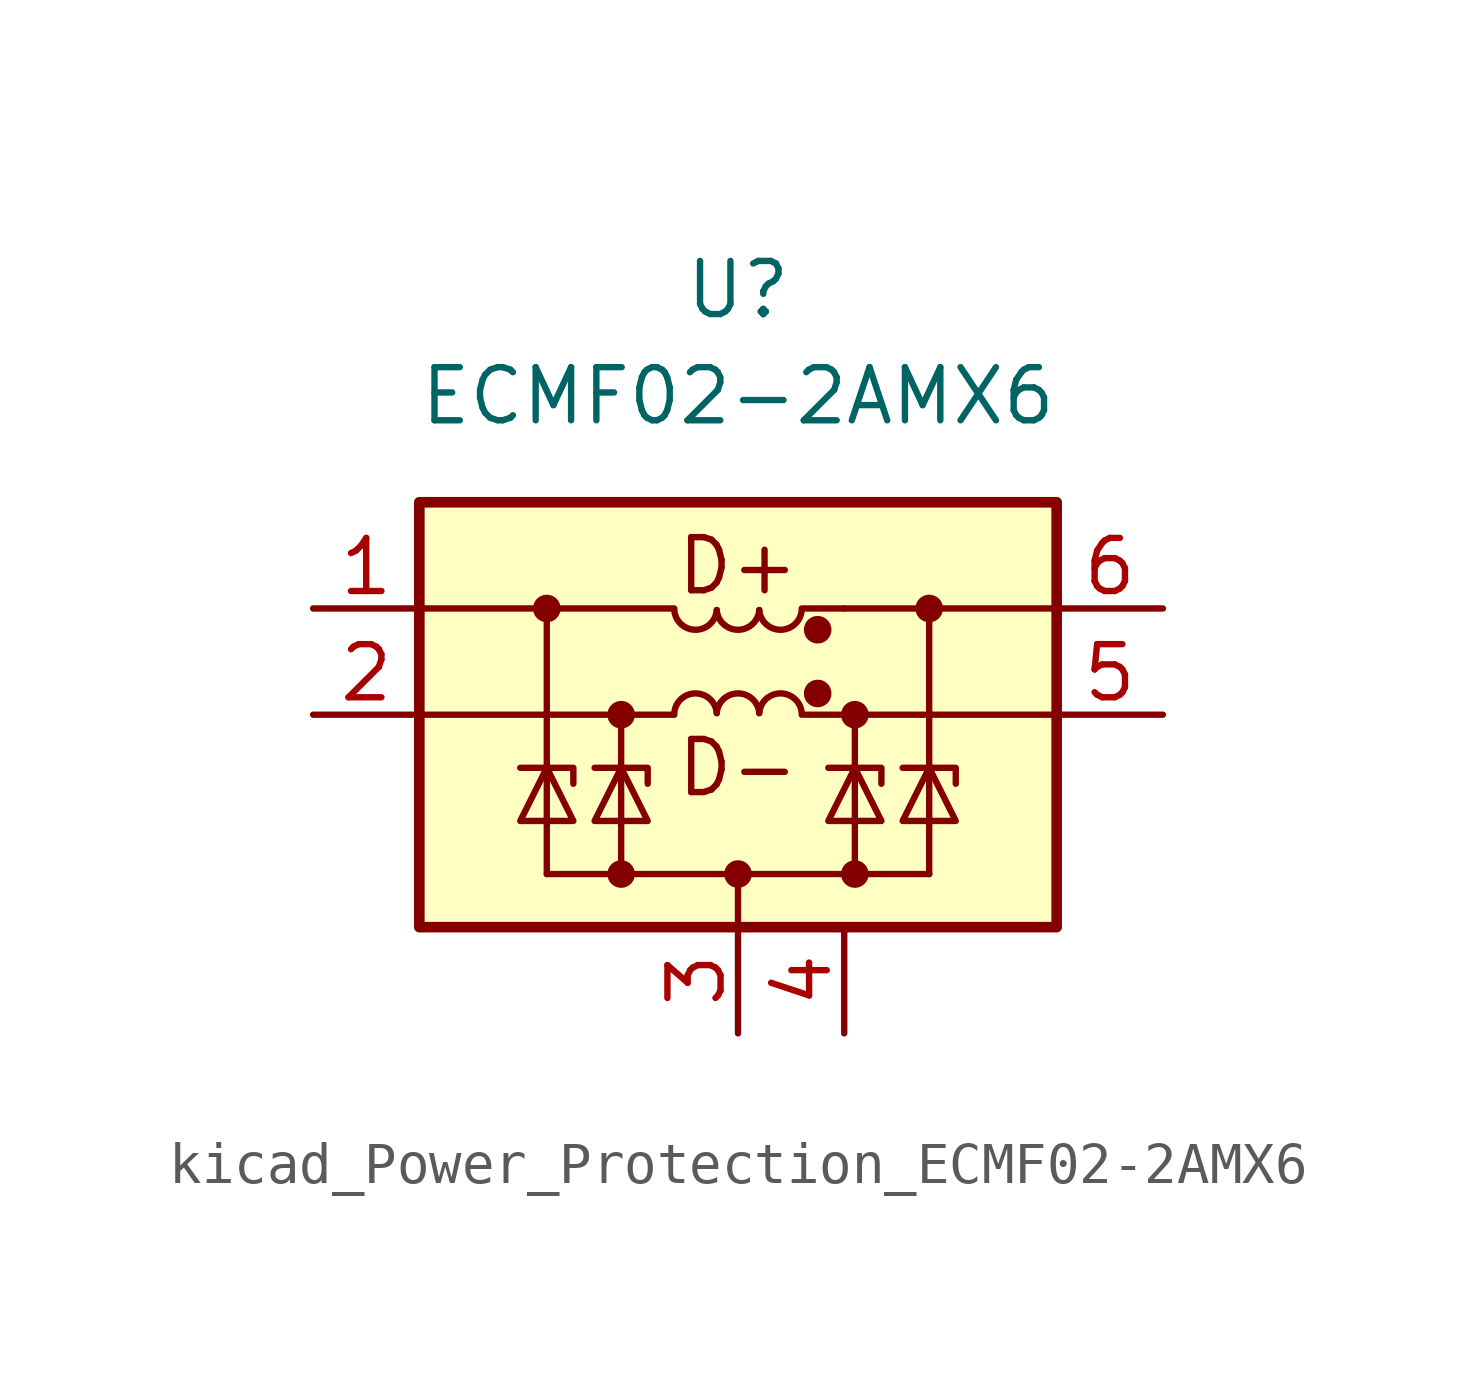
<source format=kicad_sym>
(kicad_symbol_lib
  (version 20220914)
  (generator kicad_symbol_editor)
  (symbol "kicad_Power_Protection_ECMF02-2AMX6"
    (pin_names
      (offset 0.025) hide)
    (property "Reference" "U"
      (at 0 10.16 0)
      (effects (font (size 1.27 1.27))))
    (property "Value" "ECMF02-2AMX6"
      (at 0 7.62 0)
      (effects (font (size 1.27 1.27))))
    (symbol "kicad_Power_Protection_ECMF02-2AMX6_0_1"
      (rectangle (start -7.62 5.08) (end 7.62 -5.08) (stroke (width 0.254) (type default)) (fill (type background)))
      (arc (start -1.524 2.5023) (mid -1.016 2.0306) (end -0.508 2.5023) (stroke (width 0) (type default)) (fill (type none)))
      (arc (start -0.508 0.0377) (mid -1.016 0.5094) (end -1.524 0.0377) (stroke (width 0) (type default)) (fill (type none)))
      (arc (start -0.508 2.5023) (mid 0 2.0306) (end 0.508 2.5023) (stroke (width 0) (type default)) (fill (type none)))
      (polyline (pts (xy -7.62 0) (xy -1.524 0)) (stroke (width 0) (type default)) (fill (type none)))
      (polyline (pts (xy -7.62 2.54) (xy -1.524 2.54)) (stroke (width 0) (type default)) (fill (type none)))
      (polyline (pts (xy -4.572 -3.81) (xy 4.572 -3.81)) (stroke (width 0) (type default)) (fill (type none)))
      (polyline (pts (xy -4.572 2.54) (xy -4.572 -3.81)) (stroke (width 0) (type default)) (fill (type none)))
      (polyline (pts (xy -2.794 0) (xy -2.794 -3.81)) (stroke (width 0) (type default)) (fill (type none)))
      (polyline (pts (xy 0 -5.08) (xy 0 -3.81)) (stroke (width 0) (type default)) (fill (type none)))
      (polyline (pts (xy 2.54 0) (xy 1.524 0)) (stroke (width 0) (type default)) (fill (type none)))
      (polyline (pts (xy 2.54 0) (xy 7.62 0)) (stroke (width 0) (type default)) (fill (type none)))
      (polyline (pts (xy 2.54 2.54) (xy 1.524 2.54)) (stroke (width 0) (type default)) (fill (type none)))
      (polyline (pts (xy 2.54 2.54) (xy 7.62 2.54)) (stroke (width 0) (type default)) (fill (type none)))
      (polyline (pts (xy 2.794 0) (xy 2.794 -3.81)) (stroke (width 0) (type default)) (fill (type none)))
      (polyline (pts (xy 4.572 2.54) (xy 4.572 -3.81)) (stroke (width 0) (type default)) (fill (type none)))
      (arc (start 0.508 0.0377) (mid 0 0.5094) (end -0.508 0.0377) (stroke (width 0) (type default)) (fill (type none)))
      (arc (start 0.508 2.5023) (mid 1.016 2.0306) (end 1.524 2.5023) (stroke (width 0) (type default)) (fill (type none)))
      (arc (start 1.524 0.0377) (mid 1.016 0.5094) (end 0.508 0.0377) (stroke (width 0) (type default)) (fill (type none)))
      (text "D+" (at 0 3.556 0) (effects (font (size 1.27 1.27))))
      (text "D-" (at 0 -1.27 0) (effects (font (size 1.27 1.27)))))
    (symbol "kicad_Power_Protection_ECMF02-2AMX6_1_1"
      (circle (center -4.572 2.54) (radius 0.254) (stroke (width 0) (type default)) (fill (type outline)))
      (circle (center -2.794 -3.81) (radius 0.254) (stroke (width 0) (type default)) (fill (type outline)))
      (circle (center -2.794 0) (radius 0.254) (stroke (width 0) (type default)) (fill (type outline)))
      (circle (center 0 -3.81) (radius 0.254) (stroke (width 0) (type default)) (fill (type outline)))
      (polyline (pts (xy -3.937 -1.651) (xy -3.937 -1.27) (xy -5.207 -1.27)) (stroke (width 0) (type default)) (fill (type none)))
      (polyline (pts (xy -2.159 -1.651) (xy -2.159 -1.27) (xy -3.429 -1.27)) (stroke (width 0) (type default)) (fill (type none)))
      (polyline (pts (xy 3.429 -1.651) (xy 3.429 -1.27) (xy 2.159 -1.27)) (stroke (width 0) (type default)) (fill (type none)))
      (polyline (pts (xy 5.207 -1.651) (xy 5.207 -1.27) (xy 3.937 -1.27)) (stroke (width 0) (type default)) (fill (type none)))
      (polyline (pts (xy -5.207 -2.54) (xy -3.937 -2.54) (xy -4.572 -1.27) (xy -5.207 -2.54)) (stroke (width 0) (type default)) (fill (type none)))
      (polyline (pts (xy -3.429 -2.54) (xy -2.159 -2.54) (xy -2.794 -1.27) (xy -3.429 -2.54)) (stroke (width 0) (type default)) (fill (type none)))
      (polyline (pts (xy 3.429 -2.54) (xy 2.159 -2.54) (xy 2.794 -1.27) (xy 3.429 -2.54)) (stroke (width 0) (type default)) (fill (type none)))
      (polyline (pts (xy 5.207 -2.54) (xy 3.937 -2.54) (xy 4.572 -1.27) (xy 5.207 -2.54)) (stroke (width 0) (type default)) (fill (type none)))
      (circle (center 1.905 0.508) (radius 0.254) (stroke (width 0) (type default)) (fill (type outline)))
      (circle (center 1.905 2.032) (radius 0.254) (stroke (width 0) (type default)) (fill (type outline)))
      (circle (center 2.794 -3.81) (radius 0.254) (stroke (width 0) (type default)) (fill (type outline)))
      (circle (center 2.794 0) (radius 0.254) (stroke (width 0) (type default)) (fill (type outline)))
      (circle (center 4.572 2.54) (radius 0.254) (stroke (width 0) (type default)) (fill (type outline)))
      (pin passive line (at -10.16 2.54 0) (length 2.54) (name "D+_in" (effects (font (size 1.27 1.27)))) (number "1" (effects (font (size 1.27 1.27)))))
      (pin passive line (at -10.16 0 0) (length 2.54) (name "D-_in" (effects (font (size 1.27 1.27)))) (number "2" (effects (font (size 1.27 1.27)))))
      (pin power_in line (at 0 -7.62 90) (length 2.54) (name "GND" (effects (font (size 1.27 1.27)))) (number "3" (effects (font (size 1.27 1.27)))))
      (pin free line (at 2.54 -7.62 90) (length 2.54) (name "NC" (effects (font (size 1.27 1.27)))) (number "4" (effects (font (size 1.27 1.27)))))
      (pin passive line (at 10.16 0 180) (length 2.54) (name "D-_out" (effects (font (size 1.27 1.27)))) (number "5" (effects (font (size 1.27 1.27)))))
      (pin passive line (at 10.16 2.54 180) (length 2.54) (name "D+_out" (effects (font (size 1.27 1.27)))) (number "6" (effects (font (size 1.27 1.27))))))))
</source>
